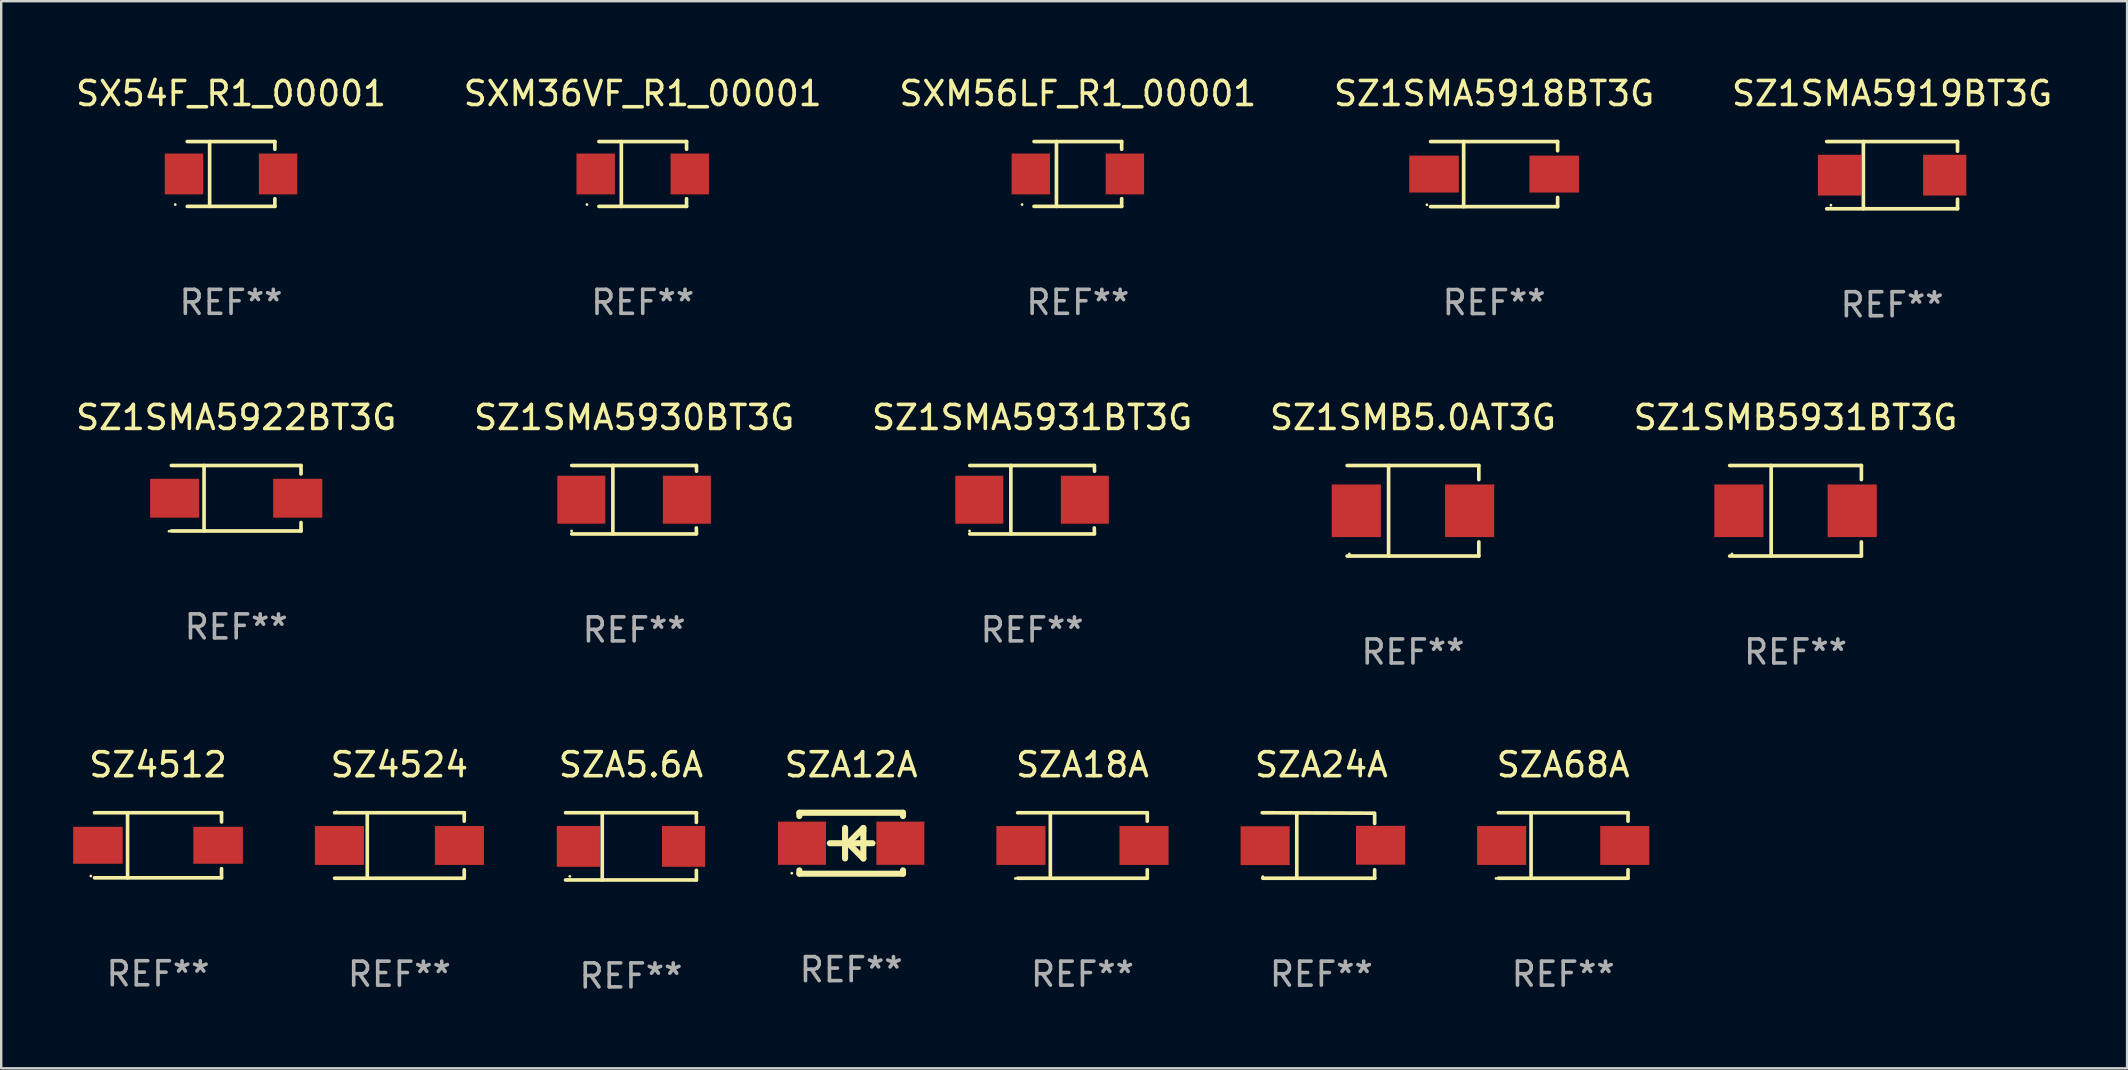
<source format=kicad_pcb>
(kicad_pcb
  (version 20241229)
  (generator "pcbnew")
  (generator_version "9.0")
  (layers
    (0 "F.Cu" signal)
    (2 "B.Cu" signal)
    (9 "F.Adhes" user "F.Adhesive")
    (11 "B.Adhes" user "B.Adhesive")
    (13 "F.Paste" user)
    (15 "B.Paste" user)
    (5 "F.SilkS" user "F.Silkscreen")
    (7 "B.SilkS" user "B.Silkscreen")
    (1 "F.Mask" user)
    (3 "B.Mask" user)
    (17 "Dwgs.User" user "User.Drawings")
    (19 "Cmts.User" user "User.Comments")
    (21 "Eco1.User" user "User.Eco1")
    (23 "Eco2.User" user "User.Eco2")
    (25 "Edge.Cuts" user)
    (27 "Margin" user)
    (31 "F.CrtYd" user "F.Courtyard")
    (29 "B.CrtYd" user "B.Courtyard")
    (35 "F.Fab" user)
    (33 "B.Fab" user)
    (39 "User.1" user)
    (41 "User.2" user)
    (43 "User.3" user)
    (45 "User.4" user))
  (footprint "SZ4524"
    (layer "F.Cu")
    (at 13.593 32.18)
    (property "Reference" "SZ4524" (at 0 -3.364 0) (layer "F.SilkS") (effects (font (size 1 1) (thickness 0.15))))
    (attr through_hole)
    (fp_line (start -2.701 -1.364) (end 2.701 -1.364) (stroke (width 0.152) (type solid)) (layer "F.SilkS"))
    (fp_line (start -2.701 1.364) (end 2.701 1.364) (stroke (width 0.152) (type solid)) (layer "F.SilkS"))
    (fp_line (start -1.339 -1.364) (end -1.339 1.364) (stroke (width 0.152) (type solid)) (layer "F.SilkS"))
    (fp_line (start 2.701 -1.364) (end 2.701 -1.013) (stroke (width 0.152) (type solid)) (layer "F.SilkS"))
    (fp_line (start 2.701 1.364) (end 2.701 1.013) (stroke (width 0.152) (type solid)) (layer "F.SilkS"))
    (fp_circle (center -2.615 -1.4) (end -2.585 -1.4) (stroke (width 0.06) (type solid)) (fill no) (layer "F.SilkS"))
    (fp_text user "REF**" (at 0 5.364 0) (layer "F.Fab") (effects (font (size 1 1) (thickness 0.15))))
    (pad "1" smd rect (at -2.5 0) (size 2.046 1.62) (layers "F.Cu" "F.Mask" "F.Paste"))
    (pad "2" smd rect (at 2.5 0) (size 2.046 1.62) (layers "F.Cu" "F.Mask" "F.Paste")))
  (footprint "SZA18A"
    (layer "F.Cu")
    (at 42.055 32.18)
    (property "Reference" "SZA18A" (at 0 -3.364 0) (layer "F.SilkS") (effects (font (size 1 1) (thickness 0.15))))
    (attr through_hole)
    (fp_line (start -2.701 -1.364) (end 2.701 -1.364) (stroke (width 0.152) (type solid)) (layer "F.SilkS"))
    (fp_line (start -2.701 1.364) (end 2.701 1.364) (stroke (width 0.152) (type solid)) (layer "F.SilkS"))
    (fp_line (start -1.339 -1.364) (end -1.339 1.364) (stroke (width 0.152) (type solid)) (layer "F.SilkS"))
    (fp_line (start 2.701 -1.364) (end 2.701 -1.013) (stroke (width 0.152) (type solid)) (layer "F.SilkS"))
    (fp_line (start 2.701 1.364) (end 2.701 1.013) (stroke (width 0.152) (type solid)) (layer "F.SilkS"))
    (fp_circle (center -2.8 1.375) (end -2.77 1.375) (stroke (width 0.06) (type solid)) (fill no) (layer "F.SilkS"))
    (fp_text user "REF**" (at 0 5.364 0) (layer "F.Fab") (effects (font (size 1 1) (thickness 0.15))))
    (pad "1" smd rect (at -2.565 -0.000025) (size 2.046 1.62) (layers "F.Cu" "F.Mask" "F.Paste"))
    (pad "2" smd rect (at 2.565 -0.000025) (size 2.046 1.62) (layers "F.Cu" "F.Mask" "F.Paste")))
  (footprint "SZ1SMA5918BT3G"
    (layer "F.Cu")
    (at 59.208 4.204)
    (property "Reference" "SZ1SMA5918BT3G" (at 0 -3.356 0) (layer "F.SilkS") (effects (font (size 1 1) (thickness 0.15))))
    (attr through_hole)
    (fp_line (start -2.646 -1.356) (end 2.646 -1.356) (stroke (width 0.152) (type solid)) (layer "F.SilkS"))
    (fp_line (start -2.646 1.356) (end 2.646 1.356) (stroke (width 0.152) (type solid)) (layer "F.SilkS"))
    (fp_line (start -1.269 -1.356) (end -1.269 1.356) (stroke (width 0.152) (type solid)) (layer "F.SilkS"))
    (fp_line (start 2.646 -1.356) (end 2.646 -0.973) (stroke (width 0.152) (type solid)) (layer "F.SilkS"))
    (fp_line (start 2.646 1.356) (end 2.646 0.973) (stroke (width 0.152) (type solid)) (layer "F.SilkS"))
    (fp_circle (center -2.8 1.28) (end -2.77 1.28) (stroke (width 0.06) (type solid)) (fill no) (layer "F.SilkS"))
    (fp_text user "REF**" (at 0 5.356 0) (layer "F.Fab") (effects (font (size 1 1) (thickness 0.15))))
    (pad "1" smd rect (at 2.504 0) (size 2.063 1.539) (layers "F.Cu" "F.Mask" "F.Paste"))
    (pad "2" smd rect (at -2.504 0) (size 2.063 1.539) (layers "F.Cu" "F.Mask" "F.Paste")))
  (footprint "SZ1SMB5931BT3G"
    (layer "F.Cu")
    (at 71.768 18.233)
    (property "Reference" "SZ1SMB5931BT3G" (at 0 -3.886 0) (layer "F.SilkS") (effects (font (size 1 1) (thickness 0.15))))
    (attr through_hole)
    (fp_line (start -2.744 -1.886) (end 2.744 -1.886) (stroke (width 0.152) (type solid)) (layer "F.SilkS"))
    (fp_line (start -2.744 1.886) (end 2.744 1.886) (stroke (width 0.152) (type solid)) (layer "F.SilkS"))
    (fp_line (start -1.016 -1.886) (end -1.016 1.886) (stroke (width 0.152) (type solid)) (layer "F.SilkS"))
    (fp_line (start 2.744 -1.886) (end 2.744 -1.299) (stroke (width 0.152) (type solid)) (layer "F.SilkS"))
    (fp_line (start 2.744 1.886) (end 2.744 1.299) (stroke (width 0.152) (type solid)) (layer "F.SilkS"))
    (fp_circle (center -2.65 1.8) (end -2.62 1.8) (stroke (width 0.06) (type solid)) (fill no) (layer "F.SilkS"))
    (fp_text user "REF**" (at 0 5.886 0) (layer "F.Fab") (effects (font (size 1 1) (thickness 0.15))))
    (pad "1" smd rect (at -2.361 0) (size 2.047 2.192) (layers "F.Cu" "F.Mask" "F.Paste"))
    (pad "2" smd rect (at 2.361 0) (size 2.047 2.192) (layers "F.Cu" "F.Mask" "F.Paste")))
  (footprint "SZ1SMA5922BT3G"
    (layer "F.Cu")
    (at 6.792 17.711)
    (property "Reference" "SZ1SMA5922BT3G" (at 0 -3.364 0) (layer "F.SilkS") (effects (font (size 1 1) (thickness 0.15))))
    (attr through_hole)
    (fp_line (start -2.701 -1.364) (end 2.701 -1.364) (stroke (width 0.152) (type solid)) (layer "F.SilkS"))
    (fp_line (start -2.701 1.364) (end 2.701 1.364) (stroke (width 0.152) (type solid)) (layer "F.SilkS"))
    (fp_line (start -1.339 -1.364) (end -1.339 1.364) (stroke (width 0.152) (type solid)) (layer "F.SilkS"))
    (fp_line (start 2.701 -1.364) (end 2.701 -1.013) (stroke (width 0.152) (type solid)) (layer "F.SilkS"))
    (fp_line (start 2.701 1.364) (end 2.701 1.013) (stroke (width 0.152) (type solid)) (layer "F.SilkS"))
    (fp_circle (center -2.8 1.375) (end -2.77 1.375) (stroke (width 0.06) (type solid)) (fill no) (layer "F.SilkS"))
    (fp_text user "REF**" (at 0 5.364 0) (layer "F.Fab") (effects (font (size 1 1) (thickness 0.15))))
    (pad "1" smd rect (at -2.565 -0.000025) (size 2.046 1.62) (layers "F.Cu" "F.Mask" "F.Paste"))
    (pad "2" smd rect (at 2.565 -0.000025) (size 2.046 1.62) (layers "F.Cu" "F.Mask" "F.Paste")))
  (footprint "SZ1SMA5930BT3G"
    (layer "F.Cu")
    (at 23.375 17.773)
    (property "Reference" "SZ1SMA5930BT3G" (at 0 -3.426 0) (layer "F.SilkS") (effects (font (size 1 1) (thickness 0.15))))
    (attr through_hole)
    (fp_line (start -2.6 -1.426) (end 2.593 -1.426) (stroke (width 0.152) (type solid)) (layer "F.SilkS"))
    (fp_line (start -2.6 1.426) (end 2.593 1.426) (stroke (width 0.152) (type solid)) (layer "F.SilkS"))
    (fp_line (start -0.887 -1.426) (end -0.887 1.426) (stroke (width 0.152) (type solid)) (layer "F.SilkS"))
    (fp_line (start 2.59 1.176) (end 2.597 1.415) (stroke (width 0.152) (type solid)) (layer "F.SilkS"))
    (fp_line (start 2.593 -1.426) (end 2.6 -1.187) (stroke (width 0.152) (type solid)) (layer "F.SilkS"))
    (fp_circle (center -2.608 1.3) (end -2.578 1.3) (stroke (width 0.06) (type solid)) (fill no) (layer "F.SilkS"))
    (fp_text user "REF**" (at 0 5.426 0) (layer "F.Fab") (effects (font (size 1 1) (thickness 0.15))))
    (pad "1" smd rect (at -2.203 0 180) (size 2 2) (layers "F.Cu" "F.Mask" "F.Paste"))
    (pad "2" smd rect (at 2.197 0 180) (size 2 2) (layers "F.Cu" "F.Mask" "F.Paste")))
  (footprint "SX54F_R1_00001"
    (layer "F.Cu")
    (at 6.577 4.199)
    (property "Reference" "SX54F_R1_00001" (at 0 -3.351 0) (layer "F.SilkS") (effects (font (size 1 1) (thickness 0.15))))
    (attr through_hole)
    (fp_line (start -1.826 -1.351) (end 1.826 -1.351) (stroke (width 0.152) (type solid)) (layer "F.SilkS"))
    (fp_line (start -1.826 1.351) (end 1.826 1.351) (stroke (width 0.152) (type solid)) (layer "F.SilkS"))
    (fp_line (start -0.892 -1.351) (end -0.892 1.351) (stroke (width 0.152) (type solid)) (layer "F.SilkS"))
    (fp_line (start 1.826 -1.351) (end 1.826 -1.03) (stroke (width 0.152) (type solid)) (layer "F.SilkS"))
    (fp_line (start 1.826 1.03) (end 1.826 1.351) (stroke (width 0.152) (type solid)) (layer "F.SilkS"))
    (fp_circle (center -2.325 1.275) (end -2.295 1.275) (stroke (width 0.06) (type solid)) (fill no) (layer "F.SilkS"))
    (fp_text user "REF**" (at 0 5.351 0) (layer "F.Fab") (effects (font (size 1 1) (thickness 0.15))))
    (pad "1" smd rect (at -1.96 0 180) (size 1.6 1.7) (layers "F.Cu" "F.Mask" "F.Paste"))
    (pad "2" smd rect (at 1.96 0 180) (size 1.6 1.7) (layers "F.Cu" "F.Mask" "F.Paste")))
  (footprint "SXM56LF_R1_00001"
    (layer "F.Cu")
    (at 41.863 4.199)
    (property "Reference" "SXM56LF_R1_00001" (at 0 -3.351 0) (layer "F.SilkS") (effects (font (size 1 1) (thickness 0.15))))
    (attr through_hole)
    (fp_line (start -1.826 -1.351) (end 1.826 -1.351) (stroke (width 0.152) (type solid)) (layer "F.SilkS"))
    (fp_line (start -1.826 1.351) (end 1.826 1.351) (stroke (width 0.152) (type solid)) (layer "F.SilkS"))
    (fp_line (start -0.892 -1.351) (end -0.892 1.351) (stroke (width 0.152) (type solid)) (layer "F.SilkS"))
    (fp_line (start 1.826 -1.351) (end 1.826 -1.03) (stroke (width 0.152) (type solid)) (layer "F.SilkS"))
    (fp_line (start 1.826 1.03) (end 1.826 1.351) (stroke (width 0.152) (type solid)) (layer "F.SilkS"))
    (fp_circle (center -2.325 1.275) (end -2.295 1.275) (stroke (width 0.06) (type solid)) (fill no) (layer "F.SilkS"))
    (fp_text user "REF**" (at 0 5.351 0) (layer "F.Fab") (effects (font (size 1 1) (thickness 0.15))))
    (pad "1" smd rect (at -1.96 0 180) (size 1.6 1.7) (layers "F.Cu" "F.Mask" "F.Paste"))
    (pad "2" smd rect (at 1.96 0 180) (size 1.6 1.7) (layers "F.Cu" "F.Mask" "F.Paste")))
  (footprint "SZ1SMA5931BT3G"
    (layer "F.Cu")
    (at 39.958 17.773)
    (property "Reference" "SZ1SMA5931BT3G" (at 0 -3.426 0) (layer "F.SilkS") (effects (font (size 1 1) (thickness 0.15))))
    (attr through_hole)
    (fp_line (start -2.6 -1.426) (end 2.593 -1.426) (stroke (width 0.152) (type solid)) (layer "F.SilkS"))
    (fp_line (start -2.6 1.426) (end 2.593 1.426) (stroke (width 0.152) (type solid)) (layer "F.SilkS"))
    (fp_line (start -0.887 -1.426) (end -0.887 1.426) (stroke (width 0.152) (type solid)) (layer "F.SilkS"))
    (fp_line (start 2.59 1.176) (end 2.597 1.415) (stroke (width 0.152) (type solid)) (layer "F.SilkS"))
    (fp_line (start 2.593 -1.426) (end 2.6 -1.187) (stroke (width 0.152) (type solid)) (layer "F.SilkS"))
    (fp_circle (center -2.608 1.3) (end -2.578 1.3) (stroke (width 0.06) (type solid)) (fill no) (layer "F.SilkS"))
    (fp_text user "REF**" (at 0 5.426 0) (layer "F.Fab") (effects (font (size 1 1) (thickness 0.15))))
    (pad "1" smd rect (at -2.203 0 180) (size 2 2) (layers "F.Cu" "F.Mask" "F.Paste"))
    (pad "2" smd rect (at 2.197 0 180) (size 2 2) (layers "F.Cu" "F.Mask" "F.Paste")))
  (footprint "SZ1SMA5919BT3G"
    (layer "F.Cu")
    (at 75.792 4.249)
    (property "Reference" "SZ1SMA5919BT3G" (at 0 -3.401 0) (layer "F.SilkS") (effects (font (size 1 1) (thickness 0.15))))
    (attr through_hole)
    (fp_line (start -2.726 -1.401) (end 2.726 -1.401) (stroke (width 0.152) (type solid)) (layer "F.SilkS"))
    (fp_line (start -2.726 1.401) (end 2.726 1.401) (stroke (width 0.152) (type solid)) (layer "F.SilkS"))
    (fp_line (start -1.197 -1.401) (end -1.197 1.401) (stroke (width 0.152) (type solid)) (layer "F.SilkS"))
    (fp_line (start 2.726 -1.401) (end 2.726 -1) (stroke (width 0.152) (type solid)) (layer "F.SilkS"))
    (fp_line (start 2.726 1.401) (end 2.726 1) (stroke (width 0.152) (type solid)) (layer "F.SilkS"))
    (fp_circle (center -2.55 1.25) (end -2.52 1.25) (stroke (width 0.06) (type solid)) (fill no) (layer "F.SilkS"))
    (fp_text user "REF**" (at 0 5.401 0) (layer "F.Fab") (effects (font (size 1 1) (thickness 0.15))))
    (pad "1" smd rect (at -2.192 0) (size 1.8 1.7) (layers "F.Cu" "F.Mask" "F.Paste"))
    (pad "2" smd rect (at 2.192 0) (size 1.8 1.7) (layers "F.Cu" "F.Mask" "F.Paste")))
  (footprint "SZA5.6A"
    (layer "F.Cu")
    (at 23.242 32.217)
    (property "Reference" "SZA5.6A" (at 0 -3.401 0) (layer "F.SilkS") (effects (font (size 1 1) (thickness 0.15))))
    (attr through_hole)
    (fp_line (start -2.726 -1.401) (end 2.726 -1.401) (stroke (width 0.152) (type solid)) (layer "F.SilkS"))
    (fp_line (start -2.726 1.401) (end 2.726 1.401) (stroke (width 0.152) (type solid)) (layer "F.SilkS"))
    (fp_line (start -1.197 -1.401) (end -1.197 1.401) (stroke (width 0.152) (type solid)) (layer "F.SilkS"))
    (fp_line (start 2.726 -1.401) (end 2.726 -1) (stroke (width 0.152) (type solid)) (layer "F.SilkS"))
    (fp_line (start 2.726 1.401) (end 2.726 1) (stroke (width 0.152) (type solid)) (layer "F.SilkS"))
    (fp_circle (center -2.55 1.25) (end -2.52 1.25) (stroke (width 0.06) (type solid)) (fill no) (layer "F.SilkS"))
    (fp_text user "REF**" (at 0 5.401 0) (layer "F.Fab") (effects (font (size 1 1) (thickness 0.15))))
    (pad "1" smd rect (at -2.192 0) (size 1.8 1.7) (layers "F.Cu" "F.Mask" "F.Paste"))
    (pad "2" smd rect (at 2.192 0) (size 1.8 1.7) (layers "F.Cu" "F.Mask" "F.Paste")))
  (footprint "SZ1SMB5.0AT3G"
    (layer "F.Cu")
    (at 55.827 18.233)
    (property "Reference" "SZ1SMB5.0AT3G" (at 0 -3.886 0) (layer "F.SilkS") (effects (font (size 1 1) (thickness 0.15))))
    (attr through_hole)
    (fp_line (start -2.744 -1.886) (end 2.744 -1.886) (stroke (width 0.152) (type solid)) (layer "F.SilkS"))
    (fp_line (start -2.744 1.886) (end 2.744 1.886) (stroke (width 0.152) (type solid)) (layer "F.SilkS"))
    (fp_line (start -1.016 -1.886) (end -1.016 1.886) (stroke (width 0.152) (type solid)) (layer "F.SilkS"))
    (fp_line (start 2.744 -1.886) (end 2.744 -1.299) (stroke (width 0.152) (type solid)) (layer "F.SilkS"))
    (fp_line (start 2.744 1.886) (end 2.744 1.299) (stroke (width 0.152) (type solid)) (layer "F.SilkS"))
    (fp_circle (center -2.65 1.8) (end -2.62 1.8) (stroke (width 0.06) (type solid)) (fill no) (layer "F.SilkS"))
    (fp_text user "REF**" (at 0 5.886 0) (layer "F.Fab") (effects (font (size 1 1) (thickness 0.15))))
    (pad "1" smd rect (at -2.361 0) (size 2.047 2.192) (layers "F.Cu" "F.Mask" "F.Paste"))
    (pad "2" smd rect (at 2.361 0) (size 2.047 2.192) (layers "F.Cu" "F.Mask" "F.Paste")))
  (footprint "SZ4512"
    (layer "F.Cu")
    (at 3.535 32.172)
    (property "Reference" "SZ4512" (at 0 -3.356 0) (layer "F.SilkS") (effects (font (size 1 1) (thickness 0.15))))
    (attr through_hole)
    (fp_line (start -2.646 -1.356) (end 2.646 -1.356) (stroke (width 0.152) (type solid)) (layer "F.SilkS"))
    (fp_line (start -2.646 1.356) (end 2.646 1.356) (stroke (width 0.152) (type solid)) (layer "F.SilkS"))
    (fp_line (start -1.269 -1.356) (end -1.269 1.356) (stroke (width 0.152) (type solid)) (layer "F.SilkS"))
    (fp_line (start 2.646 -1.356) (end 2.646 -0.973) (stroke (width 0.152) (type solid)) (layer "F.SilkS"))
    (fp_line (start 2.646 1.356) (end 2.646 0.973) (stroke (width 0.152) (type solid)) (layer "F.SilkS"))
    (fp_circle (center -2.8 1.28) (end -2.77 1.28) (stroke (width 0.06) (type solid)) (fill no) (layer "F.SilkS"))
    (fp_text user "REF**" (at 0 5.356 0) (layer "F.Fab") (effects (font (size 1 1) (thickness 0.15))))
    (pad "1" smd rect (at 2.504 0) (size 2.063 1.539) (layers "F.Cu" "F.Mask" "F.Paste"))
    (pad "2" smd rect (at -2.504 0) (size 2.063 1.539) (layers "F.Cu" "F.Mask" "F.Paste")))
  (footprint "SZA68A"
    (layer "F.Cu")
    (at 62.087 32.18)
    (property "Reference" "SZA68A" (at 0 -3.364 0) (layer "F.SilkS") (effects (font (size 1 1) (thickness 0.15))))
    (attr through_hole)
    (fp_line (start -2.701 -1.364) (end 2.701 -1.364) (stroke (width 0.152) (type solid)) (layer "F.SilkS"))
    (fp_line (start -2.701 1.364) (end 2.701 1.364) (stroke (width 0.152) (type solid)) (layer "F.SilkS"))
    (fp_line (start -1.339 -1.364) (end -1.339 1.364) (stroke (width 0.152) (type solid)) (layer "F.SilkS"))
    (fp_line (start 2.701 -1.364) (end 2.701 -1.013) (stroke (width 0.152) (type solid)) (layer "F.SilkS"))
    (fp_line (start 2.701 1.364) (end 2.701 1.013) (stroke (width 0.152) (type solid)) (layer "F.SilkS"))
    (fp_circle (center -2.8 1.375) (end -2.77 1.375) (stroke (width 0.06) (type solid)) (fill no) (layer "F.SilkS"))
    (fp_text user "REF**" (at 0 5.364 0) (layer "F.Fab") (effects (font (size 1 1) (thickness 0.15))))
    (pad "1" smd rect (at -2.565 -0.000025) (size 2.046 1.62) (layers "F.Cu" "F.Mask" "F.Paste"))
    (pad "2" smd rect (at 2.565 -0.000025) (size 2.046 1.62) (layers "F.Cu" "F.Mask" "F.Paste")))
  (footprint "SZA12A"
    (layer "F.Cu")
    (at 32.418 32.086)
    (property "Reference" "SZA12A" (at 0 -3.27 0) (layer "F.SilkS") (effects (font (size 1 1) (thickness 0.15))))
    (attr through_hole)
    (fp_line (start -2.159 -1.27) (end -2.159 -1.131) (stroke (width 0.254) (type solid)) (layer "F.SilkS"))
    (fp_line (start -2.159 1.131) (end -2.159 1.27) (stroke (width 0.254) (type solid)) (layer "F.SilkS"))
    (fp_line (start -2.159 1.27) (end 2.159 1.27) (stroke (width 0.254) (type solid)) (layer "F.SilkS"))
    (fp_line (start -0.255 -0.635) (end -0.255 0.635) (stroke (width 0.254) (type solid)) (layer "F.SilkS"))
    (fp_line (start -0.128 0) (end 0.507 -0.635) (stroke (width 0.254) (type solid)) (layer "F.SilkS"))
    (fp_line (start 0.507 -0.635) (end 0.507 -0.508) (stroke (width 0.254) (type solid)) (layer "F.SilkS"))
    (fp_line (start 0.507 -0.508) (end 0.507 0.635) (stroke (width 0.254) (type solid)) (layer "F.SilkS"))
    (fp_line (start 0.507 0.635) (end -0.128 0) (stroke (width 0.254) (type solid)) (layer "F.SilkS"))
    (fp_line (start 0.888 0) (end -0.89 0) (stroke (width 0.254) (type solid)) (layer "F.SilkS"))
    (fp_line (start 2.159 -1.27) (end -2.159 -1.27) (stroke (width 0.254) (type solid)) (layer "F.SilkS"))
    (fp_line (start 2.159 -1.131) (end 2.159 -1.27) (stroke (width 0.254) (type solid)) (layer "F.SilkS"))
    (fp_line (start 2.159 1.27) (end 2.159 1.131) (stroke (width 0.254) (type solid)) (layer "F.SilkS"))
    (fp_circle (center -2.475 1.25) (end -2.445 1.25) (stroke (width 0.06) (type solid)) (fill no) (layer "F.SilkS"))
    (fp_text user "REF**" (at 0 5.27 0) (layer "F.Fab") (effects (font (size 1 1) (thickness 0.15))))
    (pad "1" smd rect (at -2.051 0) (size 2 1.8) (layers "F.Cu" "F.Mask" "F.Paste"))
    (pad "2" smd rect (at 2.049 0) (size 2 1.8) (layers "F.Cu" "F.Mask" "F.Paste")))
  (footprint "SXM36VF_R1_00001"
    (layer "F.Cu")
    (at 23.732 4.199)
    (property "Reference" "SXM36VF_R1_00001" (at 0 -3.351 0) (layer "F.SilkS") (effects (font (size 1 1) (thickness 0.15))))
    (attr through_hole)
    (fp_line (start -1.826 -1.351) (end 1.826 -1.351) (stroke (width 0.152) (type solid)) (layer "F.SilkS"))
    (fp_line (start -1.826 1.351) (end 1.826 1.351) (stroke (width 0.152) (type solid)) (layer "F.SilkS"))
    (fp_line (start -0.892 -1.351) (end -0.892 1.351) (stroke (width 0.152) (type solid)) (layer "F.SilkS"))
    (fp_line (start 1.826 -1.351) (end 1.826 -1.03) (stroke (width 0.152) (type solid)) (layer "F.SilkS"))
    (fp_line (start 1.826 1.03) (end 1.826 1.351) (stroke (width 0.152) (type solid)) (layer "F.SilkS"))
    (fp_circle (center -2.325 1.275) (end -2.295 1.275) (stroke (width 0.06) (type solid)) (fill no) (layer "F.SilkS"))
    (fp_text user "REF**" (at 0 5.351 0) (layer "F.Fab") (effects (font (size 1 1) (thickness 0.15))))
    (pad "1" smd rect (at -1.96 0 180) (size 1.6 1.7) (layers "F.Cu" "F.Mask" "F.Paste"))
    (pad "2" smd rect (at 1.96 0 180) (size 1.6 1.7) (layers "F.Cu" "F.Mask" "F.Paste")))
  (footprint "SZA24A"
    (layer "F.Cu")
    (at 52.01 32.18)
    (property "Reference" "SZA24A" (at 0 -3.364 0) (layer "F.SilkS") (effects (font (size 1 1) (thickness 0.15))))
    (attr through_hole)
    (fp_line (start -2.465 -1.364) (end 2.22 -1.346) (stroke (width 0.152) (type solid)) (layer "F.SilkS"))
    (fp_line (start -2.442 1.364) (end 2.226 1.364) (stroke (width 0.152) (type solid)) (layer "F.SilkS"))
    (fp_line (start -1.024 -1.364) (end -1.024 1.364) (stroke (width 0.152) (type solid)) (layer "F.SilkS"))
    (fp_line (start 2.22 -1.27) (end 2.22 -0.919) (stroke (width 0.152) (type solid)) (layer "F.SilkS"))
    (fp_line (start 2.22 1.364) (end 2.22 1.013) (stroke (width 0.152) (type solid)) (layer "F.SilkS"))
    (fp_circle (center -2.439 1.3) (end -2.409 1.3) (stroke (width 0.06) (type solid)) (fill no) (layer "F.SilkS"))
    (fp_text user "REF**" (at 0 5.364 0) (layer "F.Fab") (effects (font (size 1 1) (thickness 0.15))))
    (pad "1" smd rect (at -2.343 0.009) (size 2.046 1.62) (layers "F.Cu" "F.Mask" "F.Paste"))
    (pad "2" smd rect (at 2.465 -0.009 180) (size 2.046 1.62) (layers "F.Cu" "F.Mask" "F.Paste")))
  (gr_rect
    (start -3 -3)
    (end 85.583 41.467)
    (stroke (width 0.1) (type default))
    (fill no)
    (layer "Edge.Cuts")))
</source>
